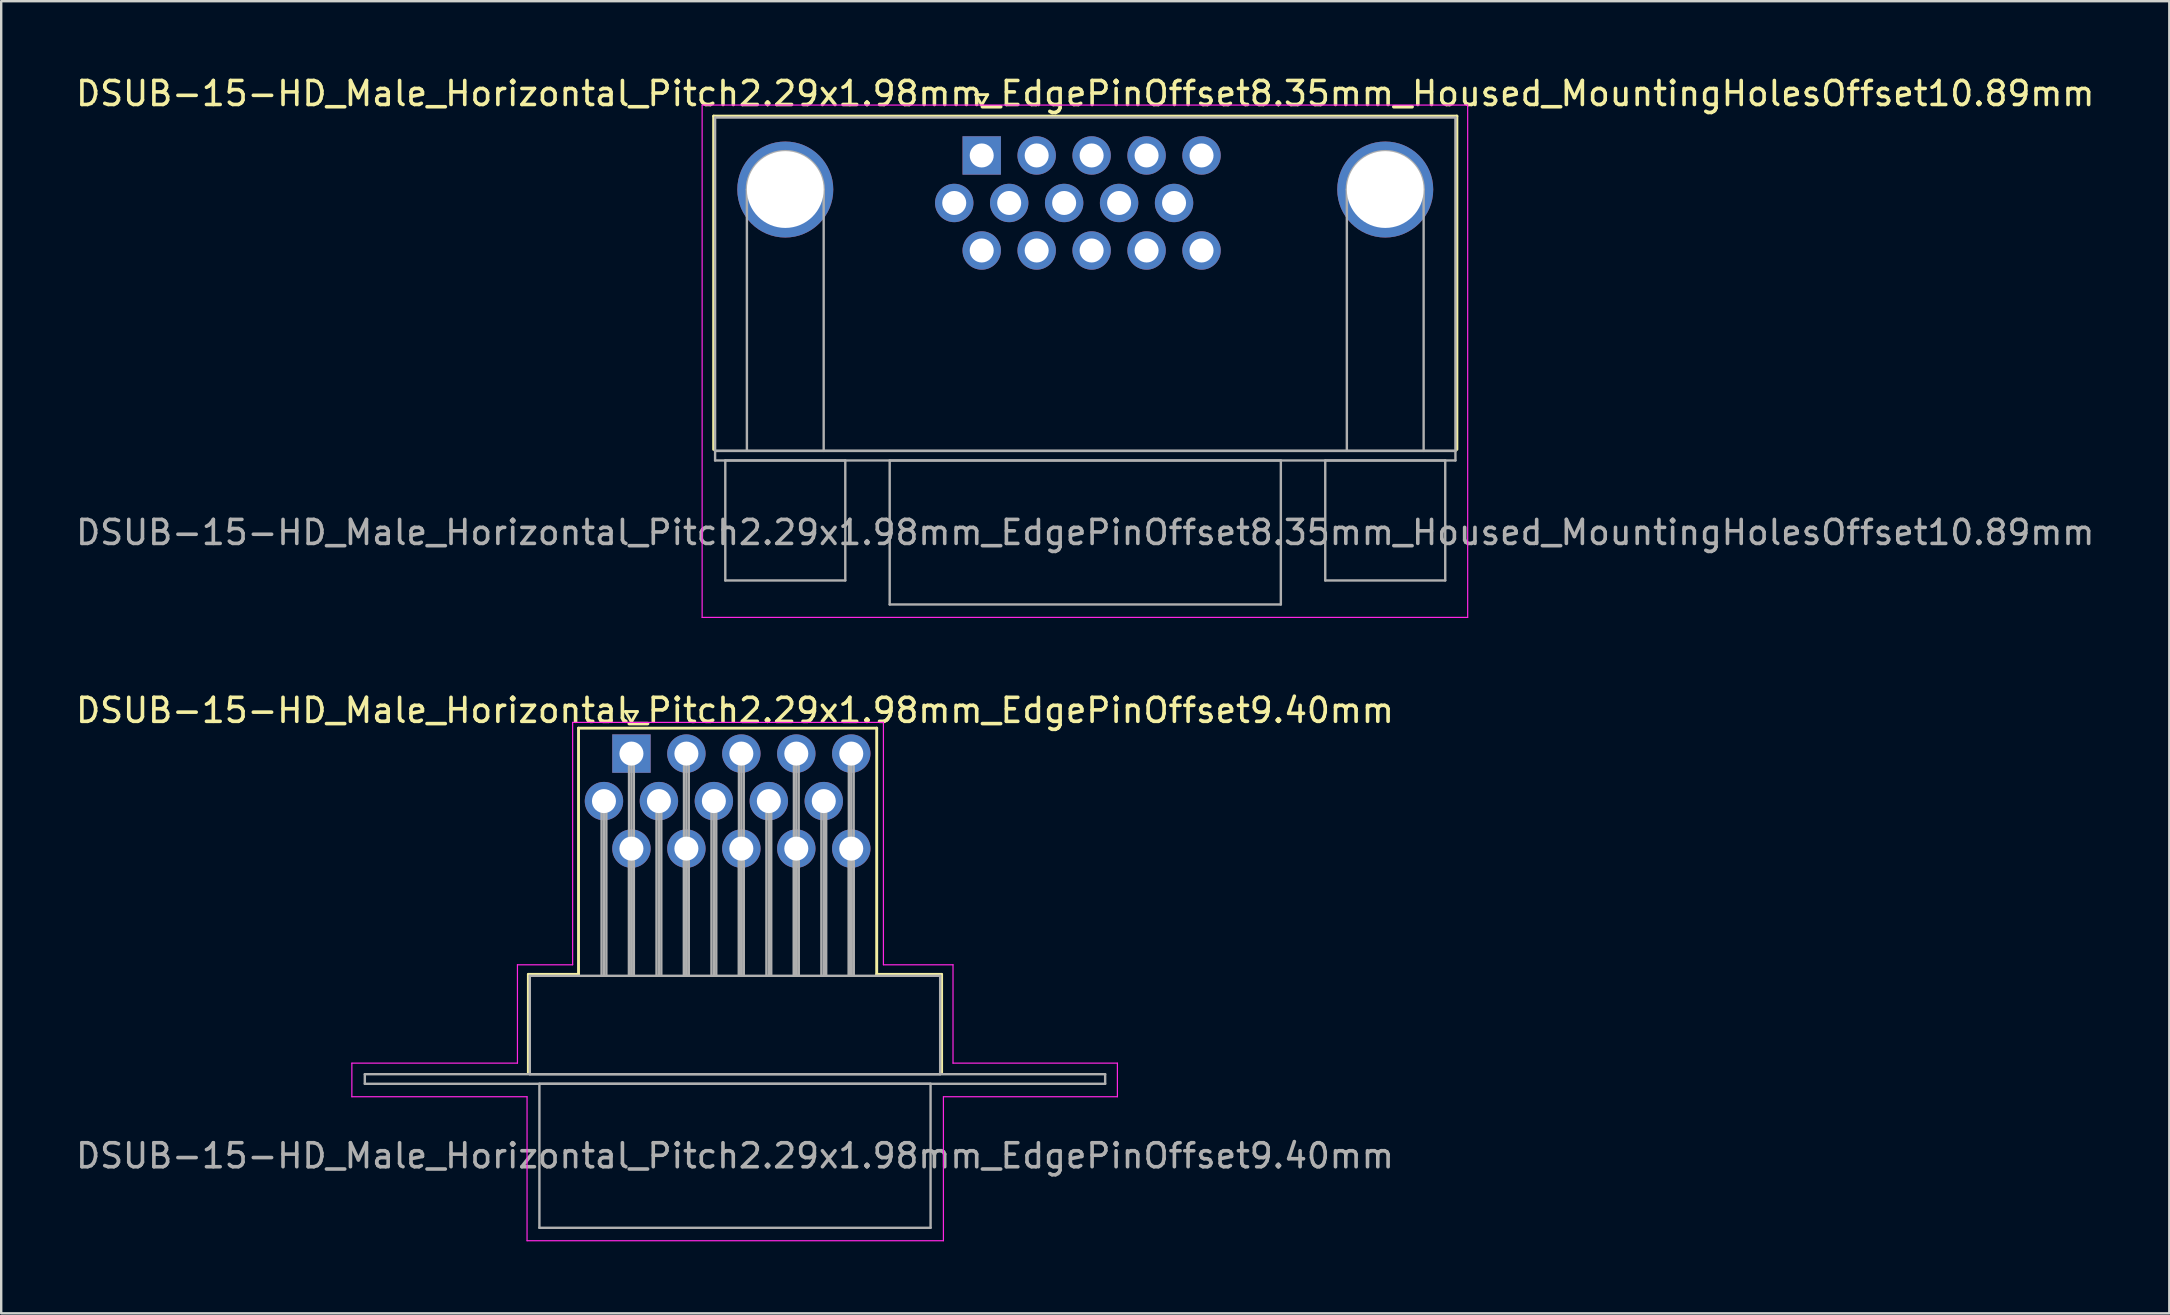
<source format=kicad_pcb>
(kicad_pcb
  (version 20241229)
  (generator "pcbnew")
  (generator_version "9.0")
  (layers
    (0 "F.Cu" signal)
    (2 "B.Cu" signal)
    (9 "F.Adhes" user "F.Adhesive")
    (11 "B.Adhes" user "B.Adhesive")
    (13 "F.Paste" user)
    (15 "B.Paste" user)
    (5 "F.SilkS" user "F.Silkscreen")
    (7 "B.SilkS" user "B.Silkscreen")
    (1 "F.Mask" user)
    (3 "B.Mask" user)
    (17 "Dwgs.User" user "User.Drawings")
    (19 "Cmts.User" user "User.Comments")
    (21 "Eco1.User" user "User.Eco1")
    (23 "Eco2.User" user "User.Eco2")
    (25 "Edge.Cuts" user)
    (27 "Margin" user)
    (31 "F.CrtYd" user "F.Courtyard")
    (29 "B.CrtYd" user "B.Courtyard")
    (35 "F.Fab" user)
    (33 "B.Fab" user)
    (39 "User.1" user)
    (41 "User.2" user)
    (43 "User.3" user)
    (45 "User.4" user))
  (footprint "DSUB-15-HD_Male_Horizontal_Pitch2.29x1.98mm_EdgePinOffset8.35mm_Housed_MountingHolesOffset10.89mm"
    (layer "F.Cu")
    (at 37.858 3.428)
    (property "Reference" "DSUB-15-HD_Male_Horizontal_Pitch2.29x1.98mm_EdgePinOffset8.35mm_Housed_MountingHolesOffset10.89mm" (at 4.315 -2.58 0) (layer "F.SilkS") (effects (font (size 1 1) (thickness 0.15))))
    (attr through_hole)
    (fp_line (start -11.17 -1.64) (end 19.8 -1.64) (stroke (width 0.12) (type solid)) (layer "F.SilkS"))
    (fp_line (start -11.17 12.25) (end -11.17 -1.64) (stroke (width 0.12) (type solid)) (layer "F.SilkS"))
    (fp_line (start -0.25 -2.534) (end 0.25 -2.534) (stroke (width 0.12) (type solid)) (layer "F.SilkS"))
    (fp_line (start 0 -2.101) (end -0.25 -2.534) (stroke (width 0.12) (type solid)) (layer "F.SilkS"))
    (fp_line (start 0.25 -2.534) (end 0 -2.101) (stroke (width 0.12) (type solid)) (layer "F.SilkS"))
    (fp_line (start 19.8 -1.64) (end 19.8 12.25) (stroke (width 0.12) (type solid)) (layer "F.SilkS"))
    (fp_line (start -11.65 -2.1) (end -11.65 19.25) (stroke (width 0.05) (type solid)) (layer "F.CrtYd"))
    (fp_line (start -11.65 19.25) (end 20.25 19.25) (stroke (width 0.05) (type solid)) (layer "F.CrtYd"))
    (fp_line (start 20.25 -2.1) (end -11.65 -2.1) (stroke (width 0.05) (type solid)) (layer "F.CrtYd"))
    (fp_line (start 20.25 19.25) (end 20.25 -2.1) (stroke (width 0.05) (type solid)) (layer "F.CrtYd"))
    (fp_line (start -11.11 -1.58) (end -11.11 12.31) (stroke (width 0.1) (type solid)) (layer "F.Fab"))
    (fp_line (start -11.11 12.31) (end -11.11 12.71) (stroke (width 0.1) (type solid)) (layer "F.Fab"))
    (fp_line (start -11.11 12.31) (end 19.74 12.31) (stroke (width 0.1) (type solid)) (layer "F.Fab"))
    (fp_line (start -11.11 12.71) (end 19.74 12.71) (stroke (width 0.1) (type solid)) (layer "F.Fab"))
    (fp_line (start -10.685 12.71) (end -10.685 17.71) (stroke (width 0.1) (type solid)) (layer "F.Fab"))
    (fp_line (start -10.685 17.71) (end -5.685 17.71) (stroke (width 0.1) (type solid)) (layer "F.Fab"))
    (fp_line (start -9.785 12.31) (end -9.785 1.42) (stroke (width 0.1) (type solid)) (layer "F.Fab"))
    (fp_line (start -6.585 12.31) (end -6.585 1.42) (stroke (width 0.1) (type solid)) (layer "F.Fab"))
    (fp_line (start -5.685 12.71) (end -10.685 12.71) (stroke (width 0.1) (type solid)) (layer "F.Fab"))
    (fp_line (start -5.685 17.71) (end -5.685 12.71) (stroke (width 0.1) (type solid)) (layer "F.Fab"))
    (fp_line (start -3.835 12.71) (end -3.835 18.71) (stroke (width 0.1) (type solid)) (layer "F.Fab"))
    (fp_line (start -3.835 18.71) (end 12.465 18.71) (stroke (width 0.1) (type solid)) (layer "F.Fab"))
    (fp_line (start 12.465 12.71) (end -3.835 12.71) (stroke (width 0.1) (type solid)) (layer "F.Fab"))
    (fp_line (start 12.465 18.71) (end 12.465 12.71) (stroke (width 0.1) (type solid)) (layer "F.Fab"))
    (fp_line (start 14.315 12.71) (end 14.315 17.71) (stroke (width 0.1) (type solid)) (layer "F.Fab"))
    (fp_line (start 14.315 17.71) (end 19.315 17.71) (stroke (width 0.1) (type solid)) (layer "F.Fab"))
    (fp_line (start 15.215 12.31) (end 15.215 1.42) (stroke (width 0.1) (type solid)) (layer "F.Fab"))
    (fp_line (start 18.415 12.31) (end 18.415 1.42) (stroke (width 0.1) (type solid)) (layer "F.Fab"))
    (fp_line (start 19.315 12.71) (end 14.315 12.71) (stroke (width 0.1) (type solid)) (layer "F.Fab"))
    (fp_line (start 19.315 17.71) (end 19.315 12.71) (stroke (width 0.1) (type solid)) (layer "F.Fab"))
    (fp_line (start 19.74 -1.58) (end -11.11 -1.58) (stroke (width 0.1) (type solid)) (layer "F.Fab"))
    (fp_line (start 19.74 12.31) (end -11.11 12.31) (stroke (width 0.1) (type solid)) (layer "F.Fab"))
    (fp_line (start 19.74 12.31) (end 19.74 -1.58) (stroke (width 0.1) (type solid)) (layer "F.Fab"))
    (fp_line (start 19.74 12.71) (end 19.74 12.31) (stroke (width 0.1) (type solid)) (layer "F.Fab"))
    (fp_arc (start -9.785 1.42) (mid -8.185 -0.18) (end -6.585 1.42) (stroke (width 0.1) (type solid)) (layer "F.Fab"))
    (fp_arc (start 15.215 1.42) (mid 16.815 -0.18) (end 18.415 1.42) (stroke (width 0.1) (type solid)) (layer "F.Fab"))
    (fp_text user "${REFERENCE}" (at 4.315 15.71 0) (layer "F.Fab") (effects (font (size 1 1) (thickness 0.15))))
    (pad "0" thru_hole circle (at -8.185 1.42) (size 4 4) (drill 3.2) (layers "*.Cu" "*.Mask"))
    (pad "0" thru_hole circle (at 16.815 1.42) (size 4 4) (drill 3.2) (layers "*.Cu" "*.Mask"))
    (pad "1" thru_hole rect (at 0 0) (size 1.6 1.6) (drill 1) (layers "*.Cu" "*.Mask"))
    (pad "2" thru_hole circle (at 2.29 0) (size 1.6 1.6) (drill 1) (layers "*.Cu" "*.Mask"))
    (pad "3" thru_hole circle (at 4.58 0) (size 1.6 1.6) (drill 1) (layers "*.Cu" "*.Mask"))
    (pad "4" thru_hole circle (at 6.87 0) (size 1.6 1.6) (drill 1) (layers "*.Cu" "*.Mask"))
    (pad "5" thru_hole circle (at 9.16 0) (size 1.6 1.6) (drill 1) (layers "*.Cu" "*.Mask"))
    (pad "6" thru_hole circle (at -1.145 1.98) (size 1.6 1.6) (drill 1) (layers "*.Cu" "*.Mask"))
    (pad "7" thru_hole circle (at 1.145 1.98) (size 1.6 1.6) (drill 1) (layers "*.Cu" "*.Mask"))
    (pad "8" thru_hole circle (at 3.435 1.98) (size 1.6 1.6) (drill 1) (layers "*.Cu" "*.Mask"))
    (pad "9" thru_hole circle (at 5.725 1.98) (size 1.6 1.6) (drill 1) (layers "*.Cu" "*.Mask"))
    (pad "10" thru_hole circle (at 8.015 1.98) (size 1.6 1.6) (drill 1) (layers "*.Cu" "*.Mask"))
    (pad "11" thru_hole circle (at 0 3.96) (size 1.6 1.6) (drill 1) (layers "*.Cu" "*.Mask"))
    (pad "12" thru_hole circle (at 2.29 3.96) (size 1.6 1.6) (drill 1) (layers "*.Cu" "*.Mask"))
    (pad "13" thru_hole circle (at 4.58 3.96) (size 1.6 1.6) (drill 1) (layers "*.Cu" "*.Mask"))
    (pad "14" thru_hole circle (at 6.87 3.96) (size 1.6 1.6) (drill 1) (layers "*.Cu" "*.Mask"))
    (pad "15" thru_hole circle (at 9.16 3.96) (size 1.6 1.6) (drill 1) (layers "*.Cu" "*.Mask")))
  (footprint "DSUB-15-HD_Male_Horizontal_Pitch2.29x1.98mm_EdgePinOffset9.40mm"
    (layer "F.Cu")
    (at 23.262 28.352)
    (property "Reference" "DSUB-15-HD_Male_Horizontal_Pitch2.29x1.98mm_EdgePinOffset9.40mm" (at 4.315 -1.8 0) (layer "F.SilkS") (effects (font (size 1 1) (thickness 0.15))))
    (attr through_hole)
    (fp_line (start -4.295 9.2) (end -2.205 9.2) (stroke (width 0.12) (type solid)) (layer "F.SilkS"))
    (fp_line (start -4.295 13.3) (end -4.295 9.2) (stroke (width 0.12) (type solid)) (layer "F.SilkS"))
    (fp_line (start -2.205 -1.06) (end 10.22 -1.06) (stroke (width 0.12) (type solid)) (layer "F.SilkS"))
    (fp_line (start -2.205 9.2) (end -2.205 -1.06) (stroke (width 0.12) (type solid)) (layer "F.SilkS"))
    (fp_line (start -0.25 -1.754) (end 0.25 -1.754) (stroke (width 0.12) (type solid)) (layer "F.SilkS"))
    (fp_line (start 0 -1.321) (end -0.25 -1.754) (stroke (width 0.12) (type solid)) (layer "F.SilkS"))
    (fp_line (start 0.25 -1.754) (end 0 -1.321) (stroke (width 0.12) (type solid)) (layer "F.SilkS"))
    (fp_line (start 10.22 -1.06) (end 10.22 9.2) (stroke (width 0.12) (type solid)) (layer "F.SilkS"))
    (fp_line (start 10.22 9.2) (end 12.925 9.2) (stroke (width 0.12) (type solid)) (layer "F.SilkS"))
    (fp_line (start 12.925 9.2) (end 12.925 13.3) (stroke (width 0.12) (type solid)) (layer "F.SilkS"))
    (fp_line (start -11.65 12.9) (end -4.75 12.9) (stroke (width 0.05) (type solid)) (layer "F.CrtYd"))
    (fp_line (start -11.65 14.3) (end -11.65 12.9) (stroke (width 0.05) (type solid)) (layer "F.CrtYd"))
    (fp_line (start -4.75 8.8) (end -2.45 8.8) (stroke (width 0.05) (type solid)) (layer "F.CrtYd"))
    (fp_line (start -4.75 12.9) (end -4.75 8.8) (stroke (width 0.05) (type solid)) (layer "F.CrtYd"))
    (fp_line (start -4.35 14.3) (end -11.65 14.3) (stroke (width 0.05) (type solid)) (layer "F.CrtYd"))
    (fp_line (start -4.35 20.3) (end -4.35 14.3) (stroke (width 0.05) (type solid)) (layer "F.CrtYd"))
    (fp_line (start -2.45 -1.3) (end 10.5 -1.3) (stroke (width 0.05) (type solid)) (layer "F.CrtYd"))
    (fp_line (start -2.45 8.8) (end -2.45 -1.3) (stroke (width 0.05) (type solid)) (layer "F.CrtYd"))
    (fp_line (start 10.5 -1.3) (end 10.5 8.8) (stroke (width 0.05) (type solid)) (layer "F.CrtYd"))
    (fp_line (start 10.5 8.8) (end 13.4 8.8) (stroke (width 0.05) (type solid)) (layer "F.CrtYd"))
    (fp_line (start 13 14.3) (end 13 20.3) (stroke (width 0.05) (type solid)) (layer "F.CrtYd"))
    (fp_line (start 13 20.3) (end -4.35 20.3) (stroke (width 0.05) (type solid)) (layer "F.CrtYd"))
    (fp_line (start 13.4 8.8) (end 13.4 12.9) (stroke (width 0.05) (type solid)) (layer "F.CrtYd"))
    (fp_line (start 13.4 12.9) (end 20.25 12.9) (stroke (width 0.05) (type solid)) (layer "F.CrtYd"))
    (fp_line (start 20.25 12.9) (end 20.25 14.3) (stroke (width 0.05) (type solid)) (layer "F.CrtYd"))
    (fp_line (start 20.25 14.3) (end 13 14.3) (stroke (width 0.05) (type solid)) (layer "F.CrtYd"))
    (fp_line (start -11.11 13.36) (end -11.11 13.76) (stroke (width 0.1) (type solid)) (layer "F.Fab"))
    (fp_line (start -11.11 13.76) (end 19.74 13.76) (stroke (width 0.1) (type solid)) (layer "F.Fab"))
    (fp_line (start -4.235 9.26) (end -4.235 13.36) (stroke (width 0.1) (type solid)) (layer "F.Fab"))
    (fp_line (start -4.235 13.36) (end 12.865 13.36) (stroke (width 0.1) (type solid)) (layer "F.Fab"))
    (fp_line (start -3.835 13.76) (end -3.835 19.76) (stroke (width 0.1) (type solid)) (layer "F.Fab"))
    (fp_line (start -3.835 19.76) (end 12.465 19.76) (stroke (width 0.1) (type solid)) (layer "F.Fab"))
    (fp_line (start -1.245 1.98) (end -1.245 9.26) (stroke (width 0.1) (type solid)) (layer "F.Fab"))
    (fp_line (start -1.145 1.98) (end -1.145 9.26) (stroke (width 0.1) (type solid)) (layer "F.Fab"))
    (fp_line (start -1.045 1.98) (end -1.045 9.26) (stroke (width 0.1) (type solid)) (layer "F.Fab"))
    (fp_line (start -0.1 0) (end -0.1 9.26) (stroke (width 0.1) (type solid)) (layer "F.Fab"))
    (fp_line (start -0.1 3.96) (end -0.1 9.26) (stroke (width 0.1) (type solid)) (layer "F.Fab"))
    (fp_line (start 0 0) (end 0 9.26) (stroke (width 0.1) (type solid)) (layer "F.Fab"))
    (fp_line (start 0 3.96) (end 0 9.26) (stroke (width 0.1) (type solid)) (layer "F.Fab"))
    (fp_line (start 0.1 0) (end 0.1 9.26) (stroke (width 0.1) (type solid)) (layer "F.Fab"))
    (fp_line (start 0.1 3.96) (end 0.1 9.26) (stroke (width 0.1) (type solid)) (layer "F.Fab"))
    (fp_line (start 1.045 1.98) (end 1.045 9.26) (stroke (width 0.1) (type solid)) (layer "F.Fab"))
    (fp_line (start 1.145 1.98) (end 1.145 9.26) (stroke (width 0.1) (type solid)) (layer "F.Fab"))
    (fp_line (start 1.245 1.98) (end 1.245 9.26) (stroke (width 0.1) (type solid)) (layer "F.Fab"))
    (fp_line (start 2.19 0) (end 2.19 9.26) (stroke (width 0.1) (type solid)) (layer "F.Fab"))
    (fp_line (start 2.19 3.96) (end 2.19 9.26) (stroke (width 0.1) (type solid)) (layer "F.Fab"))
    (fp_line (start 2.29 0) (end 2.29 9.26) (stroke (width 0.1) (type solid)) (layer "F.Fab"))
    (fp_line (start 2.29 3.96) (end 2.29 9.26) (stroke (width 0.1) (type solid)) (layer "F.Fab"))
    (fp_line (start 2.39 0) (end 2.39 9.26) (stroke (width 0.1) (type solid)) (layer "F.Fab"))
    (fp_line (start 2.39 3.96) (end 2.39 9.26) (stroke (width 0.1) (type solid)) (layer "F.Fab"))
    (fp_line (start 3.335 1.98) (end 3.335 9.26) (stroke (width 0.1) (type solid)) (layer "F.Fab"))
    (fp_line (start 3.435 1.98) (end 3.435 9.26) (stroke (width 0.1) (type solid)) (layer "F.Fab"))
    (fp_line (start 3.535 1.98) (end 3.535 9.26) (stroke (width 0.1) (type solid)) (layer "F.Fab"))
    (fp_line (start 4.48 0) (end 4.48 9.26) (stroke (width 0.1) (type solid)) (layer "F.Fab"))
    (fp_line (start 4.48 3.96) (end 4.48 9.26) (stroke (width 0.1) (type solid)) (layer "F.Fab"))
    (fp_line (start 4.58 0) (end 4.58 9.26) (stroke (width 0.1) (type solid)) (layer "F.Fab"))
    (fp_line (start 4.58 3.96) (end 4.58 9.26) (stroke (width 0.1) (type solid)) (layer "F.Fab"))
    (fp_line (start 4.68 0) (end 4.68 9.26) (stroke (width 0.1) (type solid)) (layer "F.Fab"))
    (fp_line (start 4.68 3.96) (end 4.68 9.26) (stroke (width 0.1) (type solid)) (layer "F.Fab"))
    (fp_line (start 5.625 1.98) (end 5.625 9.26) (stroke (width 0.1) (type solid)) (layer "F.Fab"))
    (fp_line (start 5.725 1.98) (end 5.725 9.26) (stroke (width 0.1) (type solid)) (layer "F.Fab"))
    (fp_line (start 5.825 1.98) (end 5.825 9.26) (stroke (width 0.1) (type solid)) (layer "F.Fab"))
    (fp_line (start 6.77 0) (end 6.77 9.26) (stroke (width 0.1) (type solid)) (layer "F.Fab"))
    (fp_line (start 6.77 3.96) (end 6.77 9.26) (stroke (width 0.1) (type solid)) (layer "F.Fab"))
    (fp_line (start 6.87 0) (end 6.87 9.26) (stroke (width 0.1) (type solid)) (layer "F.Fab"))
    (fp_line (start 6.87 3.96) (end 6.87 9.26) (stroke (width 0.1) (type solid)) (layer "F.Fab"))
    (fp_line (start 6.97 0) (end 6.97 9.26) (stroke (width 0.1) (type solid)) (layer "F.Fab"))
    (fp_line (start 6.97 3.96) (end 6.97 9.26) (stroke (width 0.1) (type solid)) (layer "F.Fab"))
    (fp_line (start 7.915 1.98) (end 7.915 9.26) (stroke (width 0.1) (type solid)) (layer "F.Fab"))
    (fp_line (start 8.015 1.98) (end 8.015 9.26) (stroke (width 0.1) (type solid)) (layer "F.Fab"))
    (fp_line (start 8.115 1.98) (end 8.115 9.26) (stroke (width 0.1) (type solid)) (layer "F.Fab"))
    (fp_line (start 9.06 0) (end 9.06 9.26) (stroke (width 0.1) (type solid)) (layer "F.Fab"))
    (fp_line (start 9.06 3.96) (end 9.06 9.26) (stroke (width 0.1) (type solid)) (layer "F.Fab"))
    (fp_line (start 9.16 0) (end 9.16 9.26) (stroke (width 0.1) (type solid)) (layer "F.Fab"))
    (fp_line (start 9.16 3.96) (end 9.16 9.26) (stroke (width 0.1) (type solid)) (layer "F.Fab"))
    (fp_line (start 9.26 0) (end 9.26 9.26) (stroke (width 0.1) (type solid)) (layer "F.Fab"))
    (fp_line (start 9.26 3.96) (end 9.26 9.26) (stroke (width 0.1) (type solid)) (layer "F.Fab"))
    (fp_line (start 12.465 13.76) (end -3.835 13.76) (stroke (width 0.1) (type solid)) (layer "F.Fab"))
    (fp_line (start 12.465 19.76) (end 12.465 13.76) (stroke (width 0.1) (type solid)) (layer "F.Fab"))
    (fp_line (start 12.865 9.26) (end -4.235 9.26) (stroke (width 0.1) (type solid)) (layer "F.Fab"))
    (fp_line (start 12.865 13.36) (end 12.865 9.26) (stroke (width 0.1) (type solid)) (layer "F.Fab"))
    (fp_line (start 19.74 13.36) (end -11.11 13.36) (stroke (width 0.1) (type solid)) (layer "F.Fab"))
    (fp_line (start 19.74 13.76) (end 19.74 13.36) (stroke (width 0.1) (type solid)) (layer "F.Fab"))
    (fp_text user "${REFERENCE}" (at 4.315 16.76 0) (layer "F.Fab") (effects (font (size 1 1) (thickness 0.15))))
    (pad "1" thru_hole rect (at 0 0) (size 1.6 1.6) (drill 1) (layers "*.Cu" "*.Mask"))
    (pad "2" thru_hole circle (at 2.29 0) (size 1.6 1.6) (drill 1) (layers "*.Cu" "*.Mask"))
    (pad "3" thru_hole circle (at 4.58 0) (size 1.6 1.6) (drill 1) (layers "*.Cu" "*.Mask"))
    (pad "4" thru_hole circle (at 6.87 0) (size 1.6 1.6) (drill 1) (layers "*.Cu" "*.Mask"))
    (pad "5" thru_hole circle (at 9.16 0) (size 1.6 1.6) (drill 1) (layers "*.Cu" "*.Mask"))
    (pad "6" thru_hole circle (at -1.145 1.98) (size 1.6 1.6) (drill 1) (layers "*.Cu" "*.Mask"))
    (pad "7" thru_hole circle (at 1.145 1.98) (size 1.6 1.6) (drill 1) (layers "*.Cu" "*.Mask"))
    (pad "8" thru_hole circle (at 3.435 1.98) (size 1.6 1.6) (drill 1) (layers "*.Cu" "*.Mask"))
    (pad "9" thru_hole circle (at 5.725 1.98) (size 1.6 1.6) (drill 1) (layers "*.Cu" "*.Mask"))
    (pad "10" thru_hole circle (at 8.015 1.98) (size 1.6 1.6) (drill 1) (layers "*.Cu" "*.Mask"))
    (pad "11" thru_hole circle (at 0 3.96) (size 1.6 1.6) (drill 1) (layers "*.Cu" "*.Mask"))
    (pad "12" thru_hole circle (at 2.29 3.96) (size 1.6 1.6) (drill 1) (layers "*.Cu" "*.Mask"))
    (pad "13" thru_hole circle (at 4.58 3.96) (size 1.6 1.6) (drill 1) (layers "*.Cu" "*.Mask"))
    (pad "14" thru_hole circle (at 6.87 3.96) (size 1.6 1.6) (drill 1) (layers "*.Cu" "*.Mask"))
    (pad "15" thru_hole circle (at 9.16 3.96) (size 1.6 1.6) (drill 1) (layers "*.Cu" "*.Mask")))
  (gr_rect
    (start -3 -3)
    (end 87.345 51.676)
    (stroke (width 0.1) (type default))
    (fill no)
    (layer "Edge.Cuts")))
</source>
